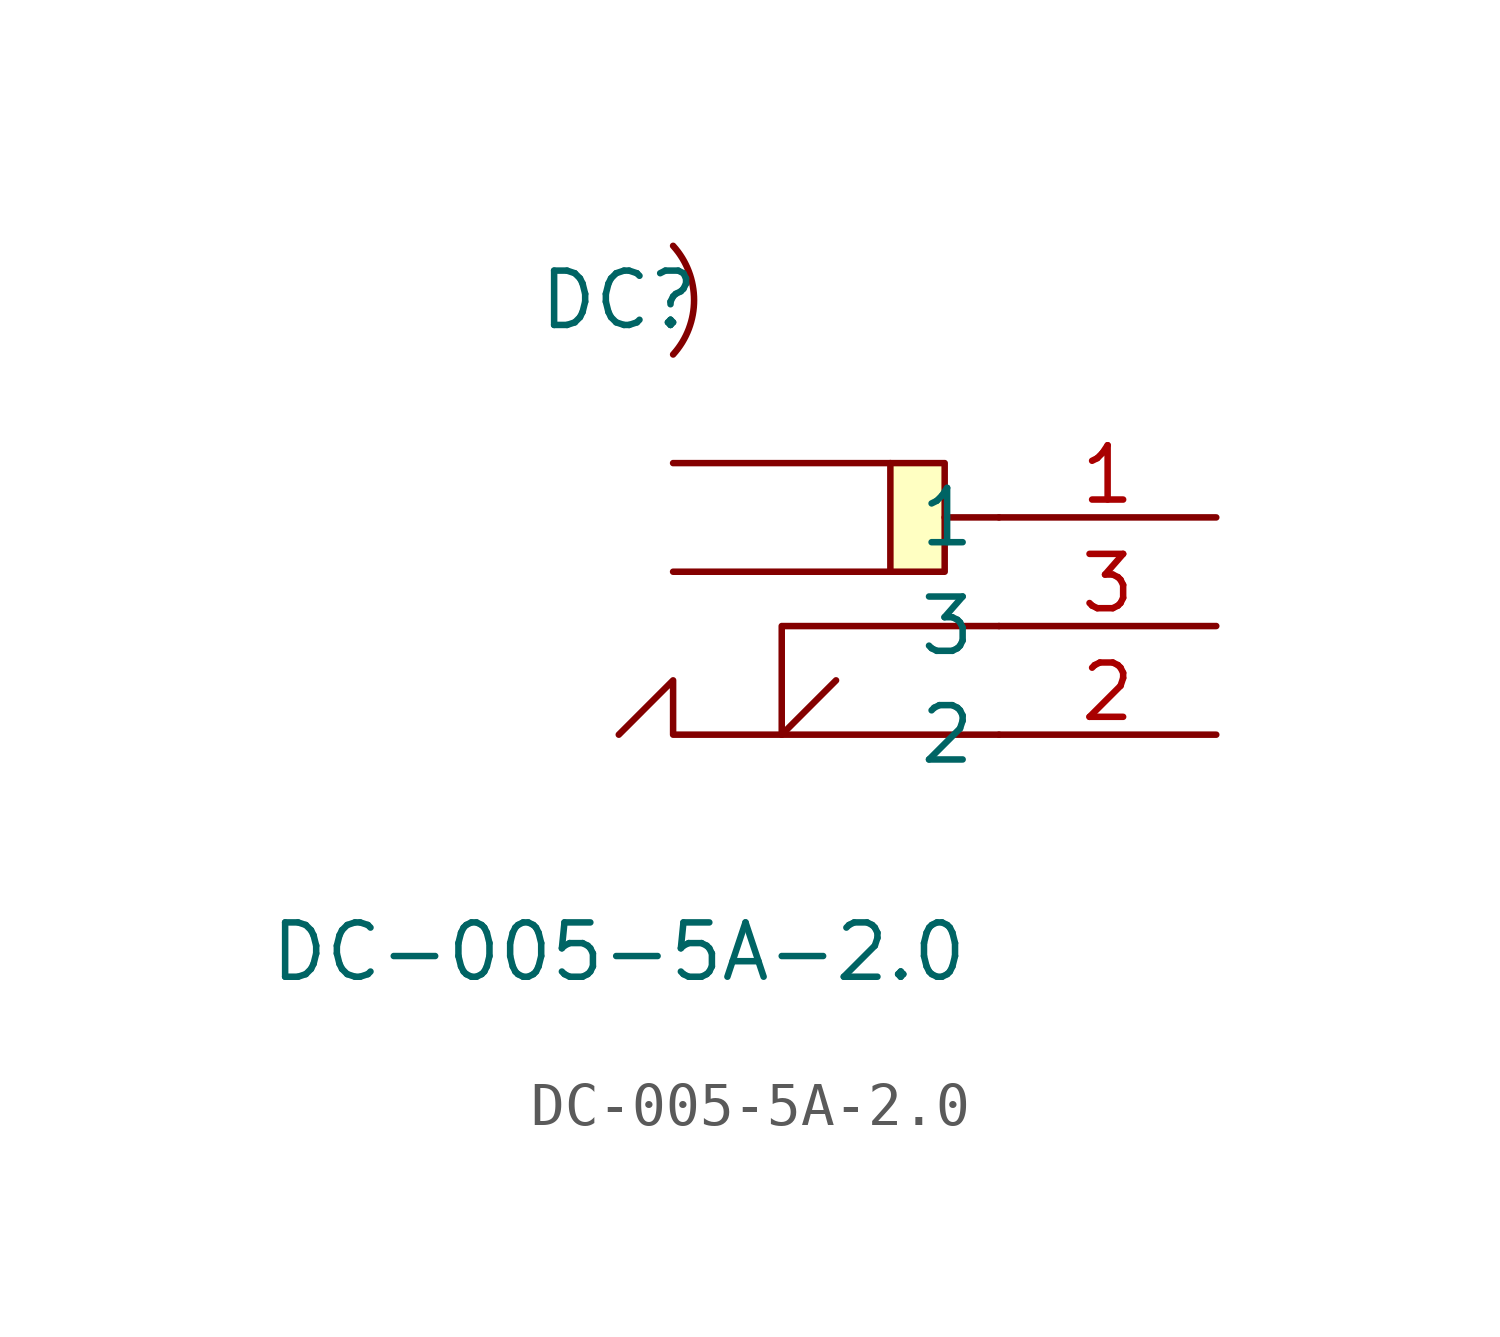
<source format=kicad_sym>
(kicad_symbol_lib
  (version 20211014)
  (generator https://github.com/uPesy/easyeda2kicad.py)
  (symbol "DC-005-5A-2.0"
    (property "Reference" "DC"
      (at 0 2.54 0)
      (effects (font (size 1.27 1.27))))
    (property "Value" "DC-005-5A-2.0"
      (at 0 -12.70 0)
      (effects (font (size 1.27 1.27))))
    (symbol "DC-005-5A-2.0_0_1"
      (rectangle (start 6.35 -1.27) (end 7.62 -3.81) (stroke (width 0) (type default) (color 0 0 0 0)) (fill (type background)))
      (arc (start 1.27 3.81) (mid 1.48 3.53) (end 1.27 1.27) (stroke (width 0) (type default) (color 0 0 0 0)) (fill (type none)))
      (polyline (pts (xy 8.89 -2.54) (xy 7.62 -2.54)) (stroke (width 0) (type default) (color 0 0 0 0)) (fill (type none)))
      (polyline (pts (xy 6.35 -1.27) (xy 1.27 -1.27)) (stroke (width 0) (type default) (color 0 0 0 0)) (fill (type none)))
      (polyline (pts (xy 6.35 -3.81) (xy 1.27 -3.81)) (stroke (width 0) (type default) (color 0 0 0 0)) (fill (type none)))
      (polyline (pts (xy 8.89 -7.62) (xy 1.27 -7.62) (xy 1.27 -6.35) (xy 0.00 -7.62)) (stroke (width 0) (type default) (color 0 0 0 0)) (fill (type none)))
      (polyline (pts (xy 8.89 -5.08) (xy 3.81 -5.08) (xy 3.81 -7.62) (xy 3.81 -6.35)) (stroke (width 0) (type default) (color 0 0 0 0)) (fill (type none)))
      (polyline (pts (xy 3.81 -7.62) (xy 5.08 -6.35)) (stroke (width 0) (type default) (color 0 0 0 0)) (fill (type none)))
      (pin unspecified line (at 13.97 -2.54 180) (length 5.08) (name "1" (effects (font (size 1.27 1.27)))) (number "1" (effects (font (size 1.27 1.27)))))
      (pin unspecified line (at 13.97 -7.62 180) (length 5.08) (name "2" (effects (font (size 1.27 1.27)))) (number "2" (effects (font (size 1.27 1.27)))))
      (pin unspecified line (at 13.97 -5.08 180) (length 5.08) (name "3" (effects (font (size 1.27 1.27)))) (number "3" (effects (font (size 1.27 1.27))))))))
</source>
